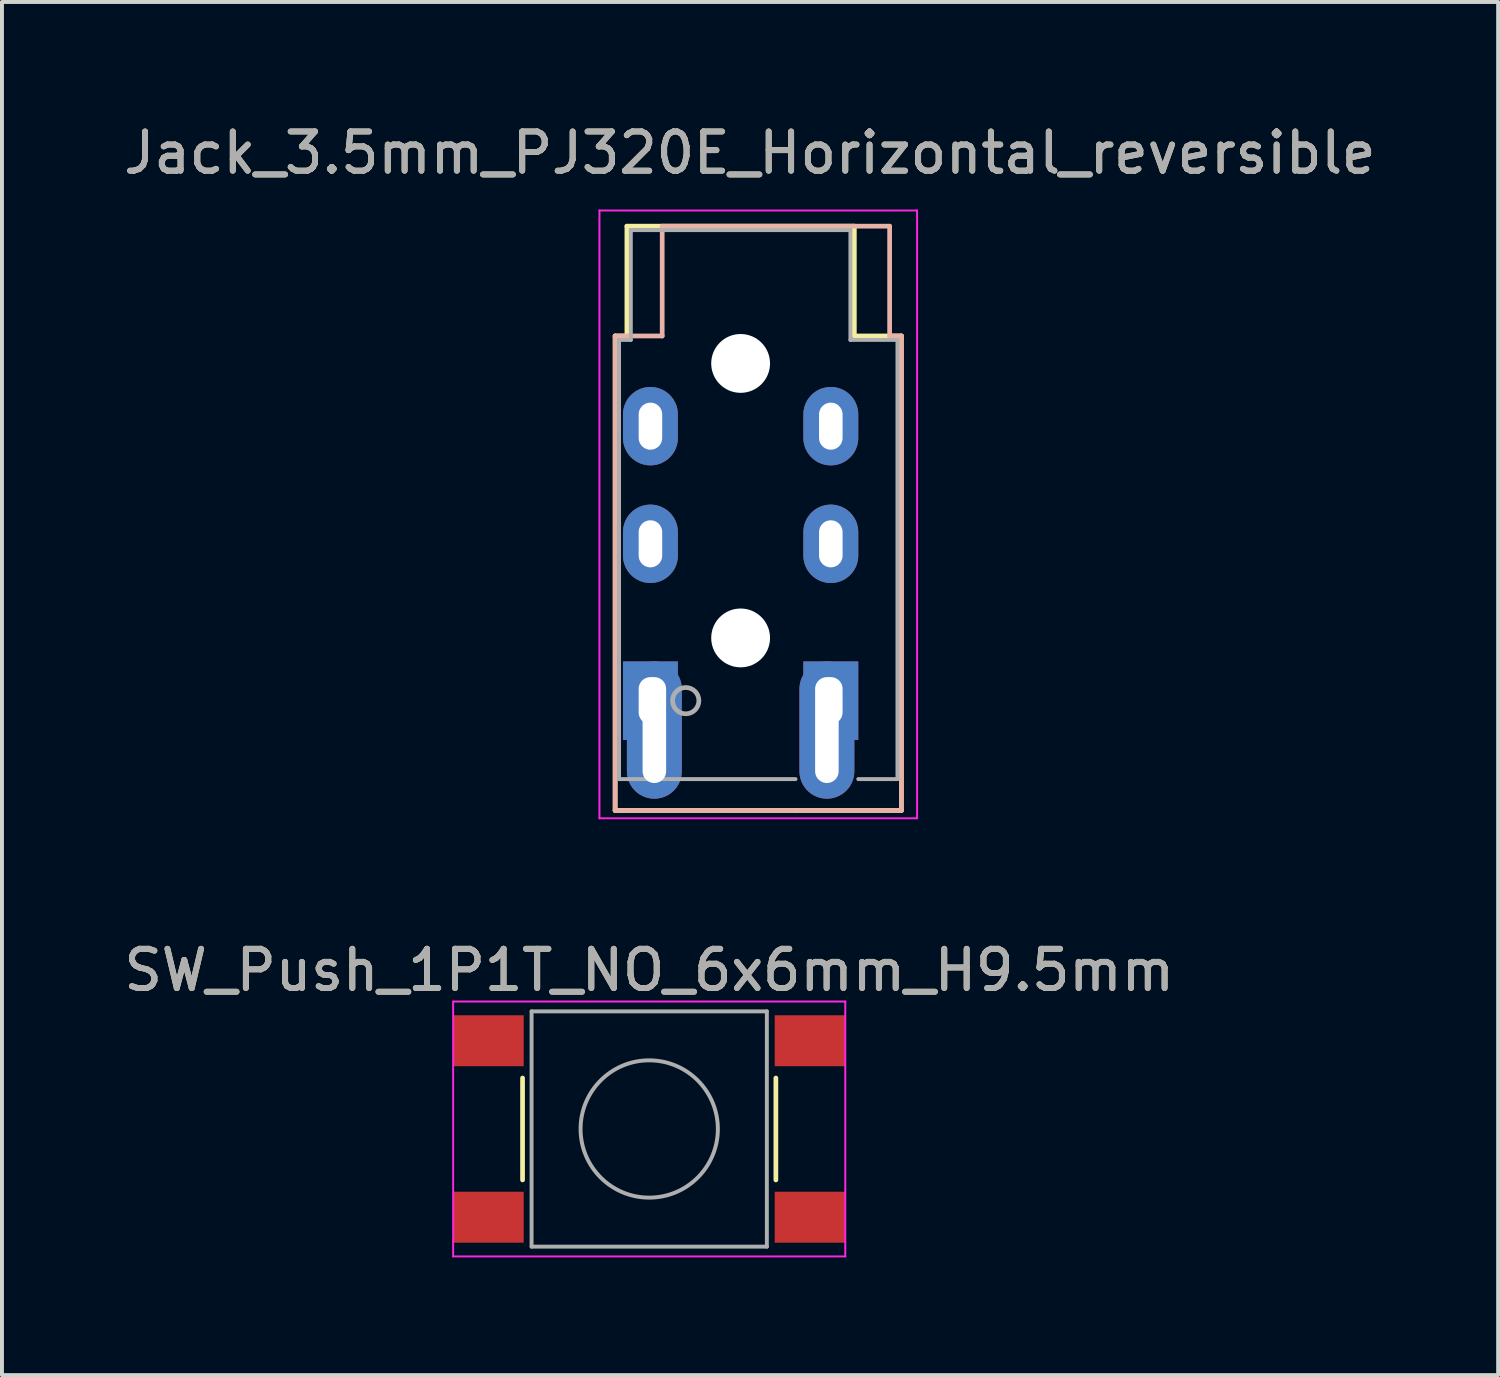
<source format=kicad_pcb>
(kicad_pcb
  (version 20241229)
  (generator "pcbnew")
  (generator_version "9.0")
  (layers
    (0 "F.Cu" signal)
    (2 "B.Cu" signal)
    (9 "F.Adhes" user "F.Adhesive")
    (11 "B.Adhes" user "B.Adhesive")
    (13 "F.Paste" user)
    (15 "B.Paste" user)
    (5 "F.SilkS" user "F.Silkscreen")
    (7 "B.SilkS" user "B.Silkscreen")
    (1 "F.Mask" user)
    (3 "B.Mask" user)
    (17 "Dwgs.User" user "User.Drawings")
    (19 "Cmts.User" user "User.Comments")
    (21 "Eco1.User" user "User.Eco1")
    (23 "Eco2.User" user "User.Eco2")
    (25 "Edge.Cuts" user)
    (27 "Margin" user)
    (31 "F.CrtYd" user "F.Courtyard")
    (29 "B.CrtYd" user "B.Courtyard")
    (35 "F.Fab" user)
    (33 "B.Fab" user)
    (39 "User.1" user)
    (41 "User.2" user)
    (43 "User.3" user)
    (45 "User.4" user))
  (footprint "SW_Push_1P1T_NO_6x6mm_H9.5mm"
    (layer "F.Cu")
    (at 13.506 25.741)
    (property "Reference" "SW_Push_1P1T_NO_6x6mm_H9.5mm" (at 0 -4.05 0) (layer "F.SilkS") (effects (font (size 1 1) (thickness 0.15))))
    (attr smd)
    (fp_line (start -3.23 -1.3) (end -3.23 1.3) (stroke (width 0.12) (type solid)) (layer "F.SilkS"))
    (fp_line (start 3.23 -1.3) (end 3.23 1.3) (stroke (width 0.12) (type solid)) (layer "F.SilkS"))
    (fp_line (start -5 -3.25) (end -5 3.25) (stroke (width 0.05) (type solid)) (layer "F.CrtYd"))
    (fp_line (start -5 -3.25) (end 5 -3.25) (stroke (width 0.05) (type solid)) (layer "F.CrtYd"))
    (fp_line (start -5 3.25) (end 5 3.25) (stroke (width 0.05) (type solid)) (layer "F.CrtYd"))
    (fp_line (start 5 3.25) (end 5 -3.25) (stroke (width 0.05) (type solid)) (layer "F.CrtYd"))
    (fp_line (start -3 -3) (end -3 3) (stroke (width 0.1) (type solid)) (layer "F.Fab"))
    (fp_line (start -3 3) (end 3 3) (stroke (width 0.1) (type solid)) (layer "F.Fab"))
    (fp_line (start 3 -3) (end -3 -3) (stroke (width 0.1) (type solid)) (layer "F.Fab"))
    (fp_line (start 3 3) (end 3 -3) (stroke (width 0.1) (type solid)) (layer "F.Fab"))
    (fp_circle (center 0 0) (end 1.75 -0.05) (stroke (width 0.1) (type solid)) (fill no) (layer "F.Fab"))
    (fp_text user "${REFERENCE}" (at 0 -4.05 0) (layer "F.Fab") (effects (font (size 1 1) (thickness 0.15))))
    (pad "1" smd rect (at -4.1 -2.25) (size 1.8 1.3) (layers "F.Cu" "F.Mask" "F.Paste"))
    (pad "1" smd rect (at 4.1 -2.25) (size 1.8 1.3) (layers "F.Cu" "F.Mask" "F.Paste"))
    (pad "2" smd rect (at -4.1 2.25) (size 1.8 1.3) (layers "F.Cu" "F.Mask" "F.Paste"))
    (pad "2" smd rect (at 4.1 2.25) (size 1.8 1.3) (layers "F.Cu" "F.Mask" "F.Paste")))
  (footprint "Jack_3.5mm_PJ320E_Horizontal_reversible"
    (layer "F.Cu")
    (at 13.537 14.818)
    (property "Reference" "Jack_3.5mm_PJ320E_Horizontal_reversible" (at 2.54 -13.97 0) (layer "F.SilkS") (effects (font (size 1 1) (thickness 0.15))))
    (attr through_hole)
    (fp_line (start -0.9 -9.3) (end -0.9 2.8) (stroke (width 0.12) (type solid)) (layer "F.SilkS"))
    (fp_line (start -0.9 -9.3) (end -0.6 -9.3) (stroke (width 0.12) (type solid)) (layer "F.SilkS"))
    (fp_line (start -0.9 2.8) (end 3.7 2.8) (stroke (width 0.12) (type solid)) (layer "F.SilkS"))
    (fp_line (start -0.6 -9.3) (end -0.6 -12.1) (stroke (width 0.12) (type solid)) (layer "F.SilkS"))
    (fp_line (start 5.2 -12.1) (end -0.6 -12.1) (stroke (width 0.12) (type solid)) (layer "F.SilkS"))
    (fp_line (start 5.2 -9.3) (end 5.2 -12.1) (stroke (width 0.12) (type solid)) (layer "F.SilkS"))
    (fp_line (start 5.2 -9.3) (end 6.4 -9.3) (stroke (width 0.12) (type solid)) (layer "F.SilkS"))
    (fp_line (start 6.4 -9.3) (end 6.4 2.8) (stroke (width 0.12) (type solid)) (layer "F.SilkS"))
    (fp_line (start 6.4 2.8) (end 3.7 2.8) (stroke (width 0.12) (type solid)) (layer "F.SilkS"))
    (fp_line (start -0.9 -9.3) (end -0.9 2.8) (stroke (width 0.12) (type solid)) (layer "B.SilkS"))
    (fp_line (start -0.9 2.8) (end 1.8 2.8) (stroke (width 0.12) (type solid)) (layer "B.SilkS"))
    (fp_line (start 0.3 -12.1) (end 6.1 -12.1) (stroke (width 0.12) (type solid)) (layer "B.SilkS"))
    (fp_line (start 0.3 -9.3) (end -0.9 -9.3) (stroke (width 0.12) (type solid)) (layer "B.SilkS"))
    (fp_line (start 0.3 -9.3) (end 0.3 -12.1) (stroke (width 0.12) (type solid)) (layer "B.SilkS"))
    (fp_line (start 6.1 -9.3) (end 6.1 -12.1) (stroke (width 0.12) (type solid)) (layer "B.SilkS"))
    (fp_line (start 6.4 -9.3) (end 6.1 -9.3) (stroke (width 0.12) (type solid)) (layer "B.SilkS"))
    (fp_line (start 6.4 -9.3) (end 6.4 2.8) (stroke (width 0.12) (type solid)) (layer "B.SilkS"))
    (fp_line (start 6.4 2.8) (end 1.8 2.8) (stroke (width 0.12) (type solid)) (layer "B.SilkS"))
    (fp_line (start -1.3 -12.5) (end -1.3 3) (stroke (width 0.05) (type solid)) (layer "F.CrtYd"))
    (fp_line (start -1.3 -12.5) (end 6.8 -12.5) (stroke (width 0.05) (type solid)) (layer "F.CrtYd"))
    (fp_line (start -1.3 3) (end 6.8 3) (stroke (width 0.05) (type solid)) (layer "F.CrtYd"))
    (fp_line (start 6.8 -12.5) (end 6.8 3) (stroke (width 0.05) (type solid)) (layer "F.CrtYd"))
    (fp_line (start -0.8 -9.2) (end -0.5 -9.2) (stroke (width 0.1) (type solid)) (layer "F.Fab"))
    (fp_line (start -0.8 2) (end -0.8 -9.2) (stroke (width 0.1) (type solid)) (layer "F.Fab"))
    (fp_line (start -0.5 -12) (end 5.1 -12) (stroke (width 0.1) (type solid)) (layer "F.Fab"))
    (fp_line (start -0.5 -9.2) (end -0.5 -12) (stroke (width 0.1) (type solid)) (layer "F.Fab"))
    (fp_line (start 3.7 2) (end -0.8 2) (stroke (width 0.1) (type solid)) (layer "F.Fab"))
    (fp_line (start 5.1 -12) (end 5.1 -9.2) (stroke (width 0.1) (type solid)) (layer "F.Fab"))
    (fp_line (start 5.1 -9.2) (end 6.3 -9.2) (stroke (width 0.1) (type solid)) (layer "F.Fab"))
    (fp_line (start 6.3 -9.2) (end 6.3 2) (stroke (width 0.1) (type solid)) (layer "F.Fab"))
    (fp_line (start 6.3 2) (end 5.3 2) (stroke (width 0.1) (type solid)) (layer "F.Fab"))
    (fp_circle (center 0.9 0) (end 1.2 0.15) (stroke (width 0.12) (type solid)) (fill no) (layer "F.Fab"))
    (fp_text user "${REFERENCE}" (at 2.54 -13.97 0) (layer "F.Fab") (effects (font (size 1 1) (thickness 0.15))))
    (pad "" np_thru_hole oval (at 2.3 -8.6 270) (size 1.5 1.5) (drill oval 1.5) (layers "*.Cu" "*.Mask"))
    (pad "" np_thru_hole oval (at 2.3 -1.6 270) (size 1.5 1.5) (drill oval 1.5) (layers "*.Cu" "*.Mask"))
    (pad "R1" thru_hole oval (at 0 -4 270) (size 2 1.4) (drill oval 1.2 0.6) (layers "*.Cu" "*.Mask"))
    (pad "R1" thru_hole oval (at 4.6 -4 270) (size 2 1.4) (drill oval 1.2 0.6) (layers "*.Cu" "*.Mask"))
    (pad "R2" thru_hole oval (at 0 -7 270) (size 2 1.4) (drill oval 1.2 0.6) (layers "*.Cu" "*.Mask"))
    (pad "R2" thru_hole oval (at 4.6 -7 270) (size 2 1.4) (drill oval 1.2 0.6) (layers "*.Cu" "*.Mask"))
    (pad "T" thru_hole rect (at 0 0 270) (size 2 1.4) (drill oval 1.2 0.6) (layers "*.Cu" "*.Mask"))
    (pad "T" thru_hole oval (at 0.1 0.75 270) (size 3.5 1.4) (drill oval 2.7 0.6) (layers "*.Cu" "*.Mask"))
    (pad "T" thru_hole oval (at 4.5 0.75 270) (size 3.5 1.4) (drill oval 2.7 0.6) (layers "*.Cu" "*.Mask"))
    (pad "T" thru_hole rect (at 4.6 0 270) (size 2 1.4) (drill oval 1.2 0.6) (layers "*.Cu" "*.Mask")))
  (gr_rect
    (start -3 -3)
    (end 35.155 32.017)
    (stroke (width 0.1) (type default))
    (fill no)
    (layer "Edge.Cuts")))
</source>
